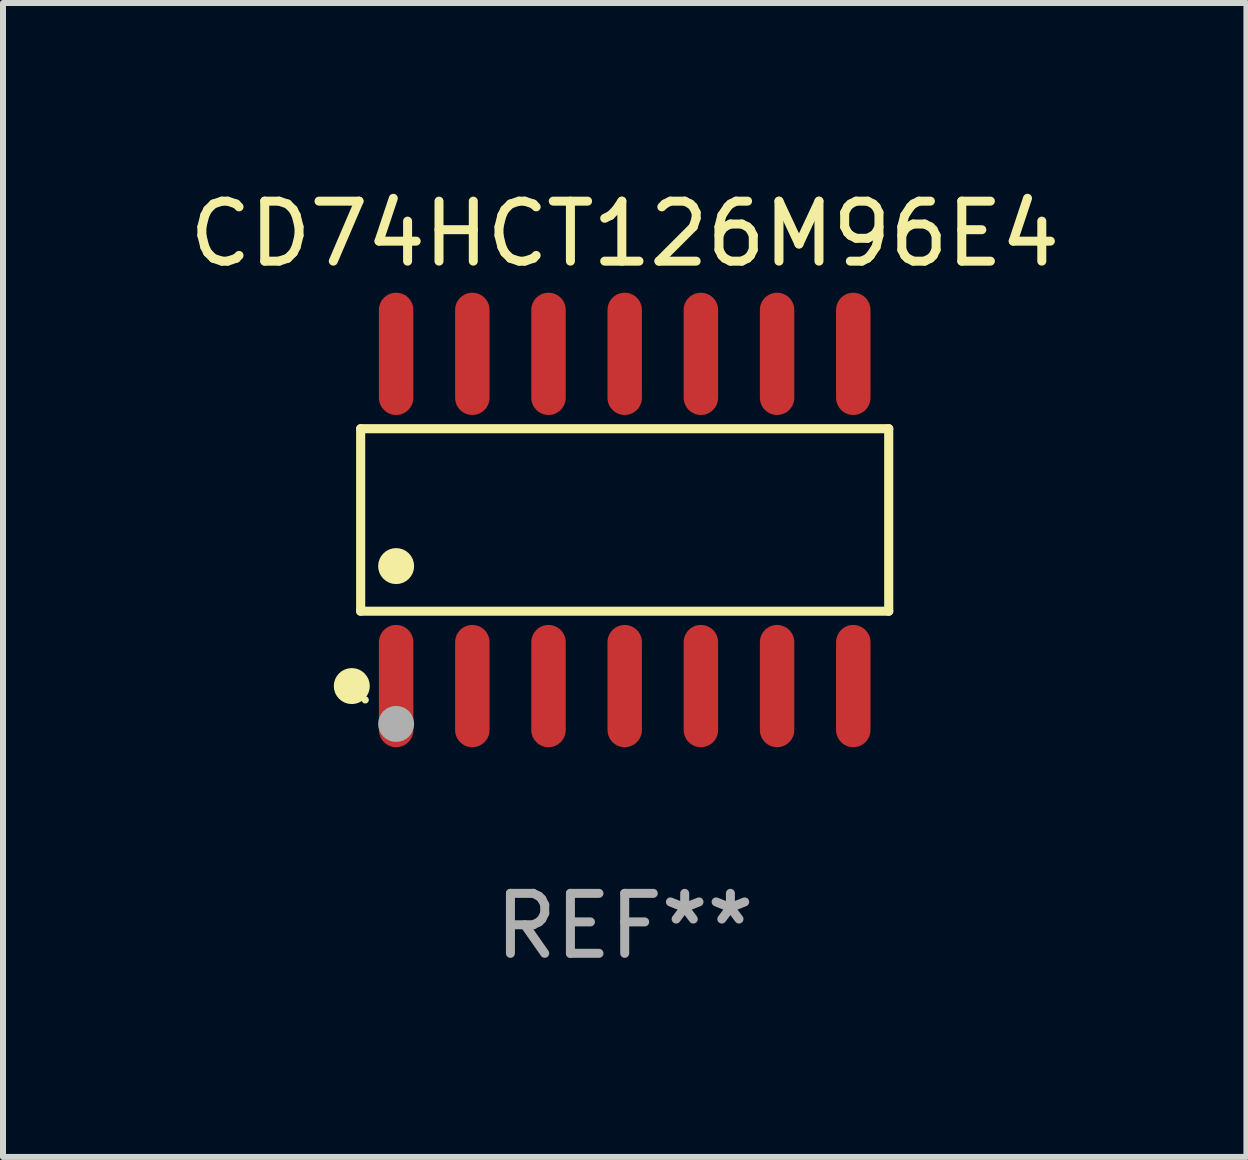
<source format=kicad_pcb>
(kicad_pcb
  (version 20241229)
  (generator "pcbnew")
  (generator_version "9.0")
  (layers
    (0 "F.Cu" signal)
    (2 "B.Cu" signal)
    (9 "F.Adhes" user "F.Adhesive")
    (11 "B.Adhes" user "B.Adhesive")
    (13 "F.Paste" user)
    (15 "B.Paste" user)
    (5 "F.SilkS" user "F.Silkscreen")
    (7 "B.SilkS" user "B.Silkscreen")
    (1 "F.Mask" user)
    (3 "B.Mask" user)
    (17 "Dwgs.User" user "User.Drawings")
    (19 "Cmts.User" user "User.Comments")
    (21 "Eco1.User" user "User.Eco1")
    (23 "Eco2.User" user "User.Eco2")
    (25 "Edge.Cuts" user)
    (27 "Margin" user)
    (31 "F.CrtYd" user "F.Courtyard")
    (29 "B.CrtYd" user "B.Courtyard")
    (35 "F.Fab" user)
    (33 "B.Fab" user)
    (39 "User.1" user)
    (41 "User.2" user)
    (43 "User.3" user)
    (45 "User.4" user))
  (footprint "CD74HCT126M96E4"
    (layer "F.Cu")
    (at 7.363 5.617)
    (property "Reference" "CD74HCT126M96E4" (at 0 -4.769 0) (layer "F.SilkS") (effects (font (size 1 1) (thickness 0.15))))
    (attr through_hole)
    (fp_line (start -4.401 -1.521) (end 4.401 -1.521) (stroke (width 0.152) (type solid)) (layer "F.SilkS"))
    (fp_line (start -4.401 1.521) (end -4.401 -1.521) (stroke (width 0.152) (type solid)) (layer "F.SilkS"))
    (fp_line (start 4.401 -1.521) (end 4.401 1.521) (stroke (width 0.152) (type solid)) (layer "F.SilkS"))
    (fp_line (start 4.401 1.521) (end -4.401 1.521) (stroke (width 0.152) (type solid)) (layer "F.SilkS"))
    (fp_circle (center -4.549 2.769) (end -4.399 2.769) (stroke (width 0.3) (type solid)) (fill no) (layer "F.SilkS"))
    (fp_circle (center -4.325 3) (end -4.295 3) (stroke (width 0.06) (type solid)) (fill no) (layer "F.SilkS"))
    (fp_circle (center -3.81 0.769) (end -3.66 0.769) (stroke (width 0.3) (type solid)) (fill no) (layer "F.SilkS"))
    (fp_circle (center -3.81 3.4) (end -3.66 3.4) (stroke (width 0.3) (type solid)) (fill no) (layer "F.Fab"))
    (fp_text user "REF**" (at 0 6.769 0) (layer "F.Fab") (effects (font (size 1 1) (thickness 0.15))))
    (pad "1" smd oval (at -3.81 2.769) (size 0.574 2.038) (layers "F.Cu" "F.Mask" "F.Paste"))
    (pad "2" smd oval (at -2.54 2.769) (size 0.574 2.038) (layers "F.Cu" "F.Mask" "F.Paste"))
    (pad "3" smd oval (at -1.27 2.769) (size 0.574 2.038) (layers "F.Cu" "F.Mask" "F.Paste"))
    (pad "4" smd oval (at 0 2.769) (size 0.574 2.038) (layers "F.Cu" "F.Mask" "F.Paste"))
    (pad "5" smd oval (at 1.27 2.769) (size 0.574 2.038) (layers "F.Cu" "F.Mask" "F.Paste"))
    (pad "6" smd oval (at 2.54 2.769) (size 0.574 2.038) (layers "F.Cu" "F.Mask" "F.Paste"))
    (pad "7" smd oval (at 3.81 2.769) (size 0.574 2.038) (layers "F.Cu" "F.Mask" "F.Paste"))
    (pad "8" smd oval (at 3.81 -2.769) (size 0.574 2.038) (layers "F.Cu" "F.Mask" "F.Paste"))
    (pad "9" smd oval (at 2.54 -2.769) (size 0.574 2.038) (layers "F.Cu" "F.Mask" "F.Paste"))
    (pad "10" smd oval (at 1.27 -2.769) (size 0.574 2.038) (layers "F.Cu" "F.Mask" "F.Paste"))
    (pad "11" smd oval (at 0 -2.769) (size 0.574 2.038) (layers "F.Cu" "F.Mask" "F.Paste"))
    (pad "12" smd oval (at -1.27 -2.769) (size 0.574 2.038) (layers "F.Cu" "F.Mask" "F.Paste"))
    (pad "13" smd oval (at -2.54 -2.769) (size 0.574 2.038) (layers "F.Cu" "F.Mask" "F.Paste"))
    (pad "14" smd oval (at -3.81 -2.769) (size 0.574 2.038) (layers "F.Cu" "F.Mask" "F.Paste")))
  (gr_rect
    (start -3 -3)
    (end 17.726 16.235)
    (stroke (width 0.1) (type default))
    (fill no)
    (layer "Edge.Cuts")))
</source>
